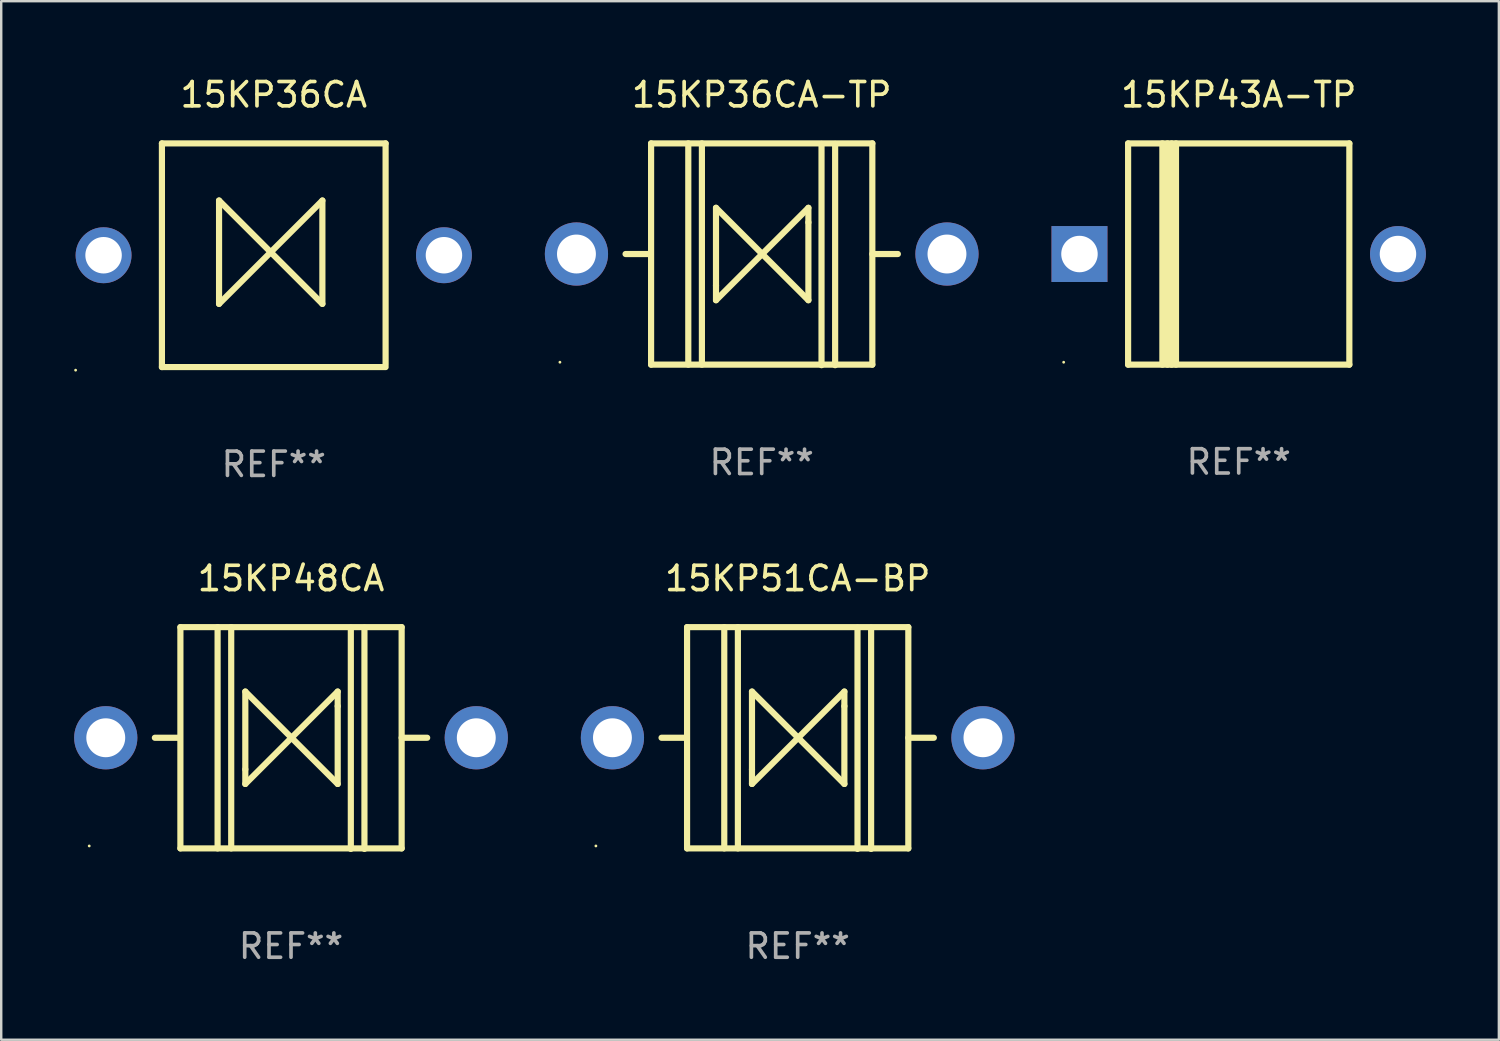
<source format=kicad_pcb>
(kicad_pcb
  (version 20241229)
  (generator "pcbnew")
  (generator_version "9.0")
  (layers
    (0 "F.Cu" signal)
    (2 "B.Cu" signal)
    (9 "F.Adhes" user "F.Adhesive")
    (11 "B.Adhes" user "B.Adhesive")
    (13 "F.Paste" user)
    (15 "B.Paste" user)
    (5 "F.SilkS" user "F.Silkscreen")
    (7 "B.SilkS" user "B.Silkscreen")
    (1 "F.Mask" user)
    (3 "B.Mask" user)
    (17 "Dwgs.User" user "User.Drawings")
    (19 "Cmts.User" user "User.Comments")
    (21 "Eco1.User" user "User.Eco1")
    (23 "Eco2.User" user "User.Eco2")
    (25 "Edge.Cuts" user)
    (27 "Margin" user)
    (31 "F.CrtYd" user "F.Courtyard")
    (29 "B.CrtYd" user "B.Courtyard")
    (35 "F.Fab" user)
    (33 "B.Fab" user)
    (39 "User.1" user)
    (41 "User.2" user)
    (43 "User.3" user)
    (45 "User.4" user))
  (footprint "15KP48CA"
    (layer "F.Cu")
    (at 8.92 27.306)
    (property "Reference" "15KP48CA" (at 0 -6.561 0) (layer "F.SilkS") (effects (font (size 1 1) (thickness 0.15))))
    (attr through_hole)
    (fp_line (start -4.58 -0.011) (end -5.6 -0.011) (stroke (width 0.254) (type solid)) (layer "F.SilkS"))
    (fp_line (start -4.55 -4.561) (end 4.55 -4.561) (stroke (width 0.254) (type solid)) (layer "F.SilkS"))
    (fp_line (start -4.55 -4.561) (end -4.55 4.539) (stroke (width 0.254) (type solid)) (layer "F.SilkS"))
    (fp_line (start -3.02 -4.561) (end -3.02 4.539) (stroke (width 0.254) (type solid)) (layer "F.SilkS"))
    (fp_line (start -2.46 -4.561) (end -2.46 4.539) (stroke (width 0.254) (type solid)) (layer "F.SilkS"))
    (fp_line (start -1.88 -1.911) (end 0.02 -0.011) (stroke (width 0.254) (type solid)) (layer "F.SilkS"))
    (fp_line (start -1.88 1.289) (end -1.88 -1.911) (stroke (width 0.254) (type solid)) (layer "F.SilkS"))
    (fp_line (start -1.88 1.889) (end -1.88 1.289) (stroke (width 0.254) (type solid)) (layer "F.SilkS"))
    (fp_line (start 0.02 -0.011) (end -1.88 1.889) (stroke (width 0.254) (type solid)) (layer "F.SilkS"))
    (fp_line (start 0.02 -0.011) (end 1.92 -1.911) (stroke (width 0.254) (type solid)) (layer "F.SilkS"))
    (fp_line (start 1.92 -1.911) (end 1.92 -1.311) (stroke (width 0.254) (type solid)) (layer "F.SilkS"))
    (fp_line (start 1.92 -1.311) (end 1.92 1.889) (stroke (width 0.254) (type solid)) (layer "F.SilkS"))
    (fp_line (start 1.92 1.889) (end 0.02 -0.011) (stroke (width 0.254) (type solid)) (layer "F.SilkS"))
    (fp_line (start 2.46 -4.539) (end 2.46 4.561) (stroke (width 0.254) (type solid)) (layer "F.SilkS"))
    (fp_line (start 3.02 -4.539) (end 3.02 4.561) (stroke (width 0.254) (type solid)) (layer "F.SilkS"))
    (fp_line (start 4.55 4.539) (end -4.55 4.539) (stroke (width 0.254) (type solid)) (layer "F.SilkS"))
    (fp_line (start 4.55 4.539) (end 4.55 -4.561) (stroke (width 0.254) (type solid)) (layer "F.SilkS"))
    (fp_line (start 5.6 -0.011) (end 4.55 -0.011) (stroke (width 0.254) (type solid)) (layer "F.SilkS"))
    (fp_circle (center -8.3 4.439) (end -8.27 4.439) (stroke (width 0.06) (type solid)) (fill no) (layer "F.SilkS"))
    (fp_text user "REF**" (at 0 8.561 0) (layer "F.Fab") (effects (font (size 1 1) (thickness 0.15))))
    (pad "1" thru_hole circle (at -7.62 -0.011) (size 2.6 2.6) (drill 1.6) (layers "*.Cu" "*.Mask"))
    (pad "2" thru_hole circle (at 7.62 -0.011) (size 2.6 2.6) (drill 1.6) (layers "*.Cu" "*.Mask")))
  (footprint "15KP51CA-BP"
    (layer "F.Cu")
    (at 29.76 27.306)
    (property "Reference" "15KP51CA-BP" (at 0 -6.561 0) (layer "F.SilkS") (effects (font (size 1 1) (thickness 0.15))))
    (attr through_hole)
    (fp_line (start -4.58 -0.011) (end -5.6 -0.011) (stroke (width 0.254) (type solid)) (layer "F.SilkS"))
    (fp_line (start -4.55 -4.561) (end 4.55 -4.561) (stroke (width 0.254) (type solid)) (layer "F.SilkS"))
    (fp_line (start -4.55 -4.561) (end -4.55 4.539) (stroke (width 0.254) (type solid)) (layer "F.SilkS"))
    (fp_line (start -3.02 -4.561) (end -3.02 4.539) (stroke (width 0.254) (type solid)) (layer "F.SilkS"))
    (fp_line (start -2.46 -4.561) (end -2.46 4.539) (stroke (width 0.254) (type solid)) (layer "F.SilkS"))
    (fp_line (start -1.88 -1.911) (end 0.02 -0.011) (stroke (width 0.254) (type solid)) (layer "F.SilkS"))
    (fp_line (start -1.88 1.289) (end -1.88 -1.911) (stroke (width 0.254) (type solid)) (layer "F.SilkS"))
    (fp_line (start -1.88 1.889) (end -1.88 1.289) (stroke (width 0.254) (type solid)) (layer "F.SilkS"))
    (fp_line (start 0.02 -0.011) (end -1.88 1.889) (stroke (width 0.254) (type solid)) (layer "F.SilkS"))
    (fp_line (start 0.02 -0.011) (end 1.92 -1.911) (stroke (width 0.254) (type solid)) (layer "F.SilkS"))
    (fp_line (start 1.92 -1.911) (end 1.92 -1.311) (stroke (width 0.254) (type solid)) (layer "F.SilkS"))
    (fp_line (start 1.92 -1.311) (end 1.92 1.889) (stroke (width 0.254) (type solid)) (layer "F.SilkS"))
    (fp_line (start 1.92 1.889) (end 0.02 -0.011) (stroke (width 0.254) (type solid)) (layer "F.SilkS"))
    (fp_line (start 2.46 -4.539) (end 2.46 4.561) (stroke (width 0.254) (type solid)) (layer "F.SilkS"))
    (fp_line (start 3.02 -4.539) (end 3.02 4.561) (stroke (width 0.254) (type solid)) (layer "F.SilkS"))
    (fp_line (start 4.55 4.539) (end -4.55 4.539) (stroke (width 0.254) (type solid)) (layer "F.SilkS"))
    (fp_line (start 4.55 4.539) (end 4.55 -4.561) (stroke (width 0.254) (type solid)) (layer "F.SilkS"))
    (fp_line (start 5.6 -0.011) (end 4.55 -0.011) (stroke (width 0.254) (type solid)) (layer "F.SilkS"))
    (fp_circle (center -8.3 4.439) (end -8.27 4.439) (stroke (width 0.06) (type solid)) (fill no) (layer "F.SilkS"))
    (fp_text user "REF**" (at 0 8.561 0) (layer "F.Fab") (effects (font (size 1 1) (thickness 0.15))))
    (pad "1" thru_hole circle (at -7.62 -0.011) (size 2.6 2.6) (drill 1.6) (layers "*.Cu" "*.Mask"))
    (pad "2" thru_hole circle (at 7.62 -0.011) (size 2.6 2.6) (drill 1.6) (layers "*.Cu" "*.Mask")))
  (footprint "15KP43A-TP"
    (layer "F.Cu")
    (at 47.9 7.399)
    (property "Reference" "15KP43A-TP" (at 0 -6.551 0) (layer "F.SilkS") (effects (font (size 1 1) (thickness 0.15))))
    (attr through_hole)
    (fp_line (start -4.55 -4.55) (end -4.55 4.55) (stroke (width 0.254) (type solid)) (layer "F.SilkS"))
    (fp_line (start -4.55 -4.55) (end 4.55 -4.55) (stroke (width 0.254) (type solid)) (layer "F.SilkS"))
    (fp_line (start -3.14 4.55) (end -3.14 -4.551) (stroke (width 0.254) (type solid)) (layer "F.SilkS"))
    (fp_line (start -2.93 4.55) (end -2.93 -4.551) (stroke (width 0.254) (type solid)) (layer "F.SilkS"))
    (fp_line (start -2.759 4.551) (end -2.759 -4.55) (stroke (width 0.254) (type solid)) (layer "F.SilkS"))
    (fp_line (start -2.58 4.55) (end -2.58 -4.551) (stroke (width 0.254) (type solid)) (layer "F.SilkS"))
    (fp_line (start 4.55 4.55) (end 4.55 -4.55) (stroke (width 0.254) (type solid)) (layer "F.SilkS"))
    (fp_line (start 4.55 4.549) (end -4.55 4.549) (stroke (width 0.254) (type solid)) (layer "F.SilkS"))
    (fp_circle (center -7.2 4.45) (end -7.17 4.45) (stroke (width 0.06) (type solid)) (fill no) (layer "F.SilkS"))
    (fp_text user "REF**" (at 0 8.551 0) (layer "F.Fab") (effects (font (size 1 1) (thickness 0.15))))
    (pad "1" thru_hole rect (at -6.55 -0.000483 180) (size 2.3 2.3) (drill 1.5) (layers "*.Cu" "*.Mask"))
    (pad "2" thru_hole circle (at 6.55 -0.000483) (size 2.3 2.3) (drill 1.5) (layers "*.Cu" "*.Mask")))
  (footprint "15KP36CA-TP"
    (layer "F.Cu")
    (at 28.28 7.409)
    (property "Reference" "15KP36CA-TP" (at 0 -6.561 0) (layer "F.SilkS") (effects (font (size 1 1) (thickness 0.15))))
    (attr through_hole)
    (fp_line (start -4.58 -0.011) (end -5.6 -0.011) (stroke (width 0.254) (type solid)) (layer "F.SilkS"))
    (fp_line (start -4.55 -4.561) (end 4.55 -4.561) (stroke (width 0.254) (type solid)) (layer "F.SilkS"))
    (fp_line (start -4.55 -4.561) (end -4.55 4.539) (stroke (width 0.254) (type solid)) (layer "F.SilkS"))
    (fp_line (start -3.02 -4.561) (end -3.02 4.539) (stroke (width 0.254) (type solid)) (layer "F.SilkS"))
    (fp_line (start -2.46 -4.561) (end -2.46 4.539) (stroke (width 0.254) (type solid)) (layer "F.SilkS"))
    (fp_line (start -1.88 -1.911) (end 0.02 -0.011) (stroke (width 0.254) (type solid)) (layer "F.SilkS"))
    (fp_line (start -1.88 1.289) (end -1.88 -1.911) (stroke (width 0.254) (type solid)) (layer "F.SilkS"))
    (fp_line (start -1.88 1.889) (end -1.88 1.289) (stroke (width 0.254) (type solid)) (layer "F.SilkS"))
    (fp_line (start 0.02 -0.011) (end -1.88 1.889) (stroke (width 0.254) (type solid)) (layer "F.SilkS"))
    (fp_line (start 0.02 -0.011) (end 1.92 -1.911) (stroke (width 0.254) (type solid)) (layer "F.SilkS"))
    (fp_line (start 1.92 -1.911) (end 1.92 -1.311) (stroke (width 0.254) (type solid)) (layer "F.SilkS"))
    (fp_line (start 1.92 -1.311) (end 1.92 1.889) (stroke (width 0.254) (type solid)) (layer "F.SilkS"))
    (fp_line (start 1.92 1.889) (end 0.02 -0.011) (stroke (width 0.254) (type solid)) (layer "F.SilkS"))
    (fp_line (start 2.46 -4.539) (end 2.46 4.561) (stroke (width 0.254) (type solid)) (layer "F.SilkS"))
    (fp_line (start 3.02 -4.539) (end 3.02 4.561) (stroke (width 0.254) (type solid)) (layer "F.SilkS"))
    (fp_line (start 4.55 4.539) (end -4.55 4.539) (stroke (width 0.254) (type solid)) (layer "F.SilkS"))
    (fp_line (start 4.55 4.539) (end 4.55 -4.561) (stroke (width 0.254) (type solid)) (layer "F.SilkS"))
    (fp_line (start 5.6 -0.011) (end 4.55 -0.011) (stroke (width 0.254) (type solid)) (layer "F.SilkS"))
    (fp_circle (center -8.3 4.439) (end -8.27 4.439) (stroke (width 0.06) (type solid)) (fill no) (layer "F.SilkS"))
    (fp_text user "REF**" (at 0 8.561 0) (layer "F.Fab") (effects (font (size 1 1) (thickness 0.15))))
    (pad "1" thru_hole circle (at -7.62 -0.011) (size 2.6 2.6) (drill 1.6) (layers "*.Cu" "*.Mask"))
    (pad "2" thru_hole circle (at 7.62 -0.011) (size 2.6 2.6) (drill 1.6) (layers "*.Cu" "*.Mask")))
  (footprint "15KP36CA"
    (layer "F.Cu")
    (at 8.21 7.448)
    (property "Reference" "15KP36CA" (at 0 -6.6 0) (layer "F.SilkS") (effects (font (size 1 1) (thickness 0.15))))
    (attr through_hole)
    (fp_line (start -4.6 -4.6) (end -4.6 4.6) (stroke (width 0.254) (type solid)) (layer "F.SilkS"))
    (fp_line (start -4.6 -4.6) (end 4.6 -4.6) (stroke (width 0.254) (type solid)) (layer "F.SilkS"))
    (fp_line (start -4.6 4.6) (end 4.6 4.6) (stroke (width 0.254) (type solid)) (layer "F.SilkS"))
    (fp_line (start -2.25 -2.25) (end -2.25 2) (stroke (width 0.254) (type solid)) (layer "F.SilkS"))
    (fp_line (start -2.25 2) (end 2 -2.25) (stroke (width 0.254) (type solid)) (layer "F.SilkS"))
    (fp_line (start 2 -2.25) (end 2 2) (stroke (width 0.254) (type solid)) (layer "F.SilkS"))
    (fp_line (start 2 2) (end -2.25 -2.25) (stroke (width 0.254) (type solid)) (layer "F.SilkS"))
    (fp_line (start 4.6 -4.6) (end 4.6 4.5) (stroke (width 0.254) (type solid)) (layer "F.SilkS"))
    (fp_circle (center -8.15 4.727) (end -8.12 4.727) (stroke (width 0.06) (type solid)) (fill no) (layer "F.SilkS"))
    (fp_text user "REF**" (at 0 8.6 0) (layer "F.Fab") (effects (font (size 1 1) (thickness 0.15))))
    (pad "1" thru_hole circle (at -7 0) (size 2.3 2.3) (drill 1.5) (layers "*.Cu" "*.Mask"))
    (pad "2" thru_hole circle (at 7 0) (size 2.3 2.3) (drill 1.5) (layers "*.Cu" "*.Mask")))
  (gr_rect
    (start -3 -3)
    (end 58.6 39.715)
    (stroke (width 0.1) (type default))
    (fill no)
    (layer "Edge.Cuts")))
</source>
